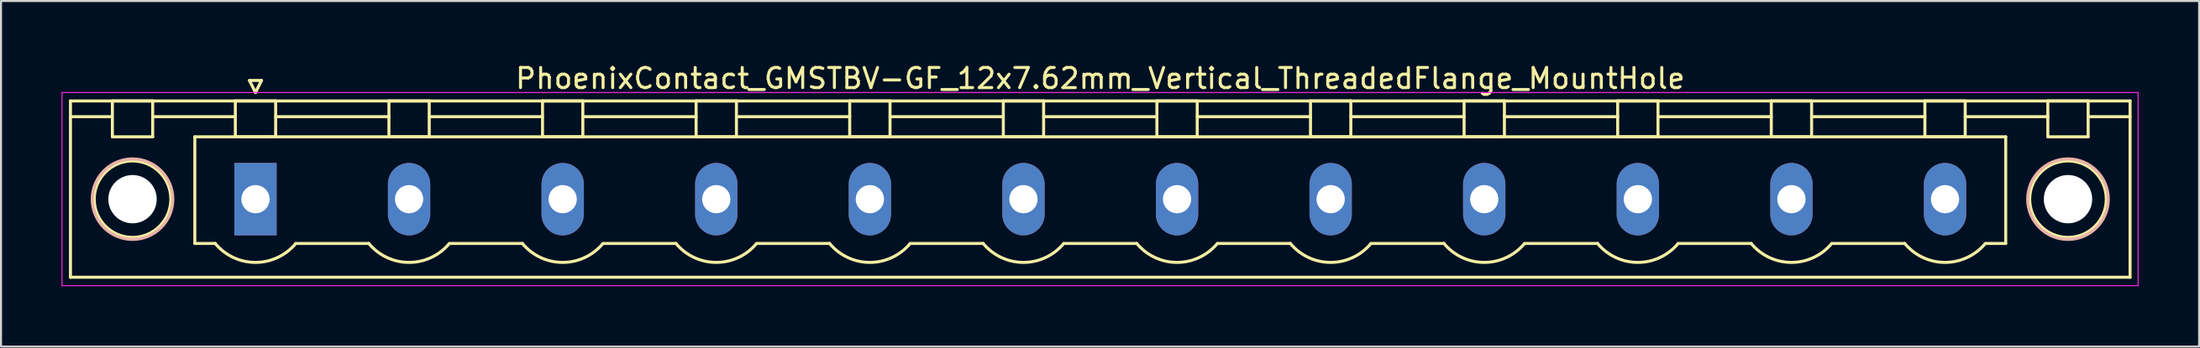
<source format=kicad_pcb>
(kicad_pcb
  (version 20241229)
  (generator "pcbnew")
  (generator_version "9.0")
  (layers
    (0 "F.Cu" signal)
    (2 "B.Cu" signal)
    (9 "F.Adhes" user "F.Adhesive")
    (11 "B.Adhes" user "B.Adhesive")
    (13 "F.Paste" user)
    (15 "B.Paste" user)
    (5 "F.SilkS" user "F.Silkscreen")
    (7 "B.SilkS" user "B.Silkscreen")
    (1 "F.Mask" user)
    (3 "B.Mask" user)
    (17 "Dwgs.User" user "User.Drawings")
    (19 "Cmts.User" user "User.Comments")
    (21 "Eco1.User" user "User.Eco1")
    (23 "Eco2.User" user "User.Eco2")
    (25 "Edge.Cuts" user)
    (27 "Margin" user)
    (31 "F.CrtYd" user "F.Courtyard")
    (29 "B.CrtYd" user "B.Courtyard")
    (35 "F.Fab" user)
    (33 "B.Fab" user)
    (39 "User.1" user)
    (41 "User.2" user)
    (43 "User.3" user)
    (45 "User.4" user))
  (footprint "PhoenixContact_GMSTBV-GF_12x7.62mm_Vertical_ThreadedFlange_MountHole"
    (layer "F.Cu")
    (at 9.625 6.848)
    (property "Reference" "PhoenixContact_GMSTBV-GF_12x7.62mm_Vertical_ThreadedFlange_MountHole" (at 41.91 -6 0) (layer "F.SilkS") (effects (font (size 1 1) (thickness 0.15))))
    (attr through_hole)
    (fp_line (start -9.18 -4.88) (end -9.18 3.88) (stroke (width 0.15) (type solid)) (layer "F.SilkS"))
    (fp_line (start -9.18 -4.1) (end -7.18 -4.1) (stroke (width 0.15) (type solid)) (layer "F.SilkS"))
    (fp_line (start -9.18 3.88) (end 93 3.88) (stroke (width 0.15) (type solid)) (layer "F.SilkS"))
    (fp_line (start -7.1 -4.88) (end -5.1 -4.88) (stroke (width 0.15) (type solid)) (layer "F.SilkS"))
    (fp_line (start -7.1 -3.1) (end -7.1 -4.88) (stroke (width 0.15) (type solid)) (layer "F.SilkS"))
    (fp_line (start -5.1 -4.88) (end -5.1 -3.1) (stroke (width 0.15) (type solid)) (layer "F.SilkS"))
    (fp_line (start -5.1 -4.1) (end -1 -4.1) (stroke (width 0.15) (type solid)) (layer "F.SilkS"))
    (fp_line (start -5.1 -3.1) (end -7.1 -3.1) (stroke (width 0.15) (type solid)) (layer "F.SilkS"))
    (fp_line (start -3.01 -3.1) (end 86.83 -3.1) (stroke (width 0.15) (type solid)) (layer "F.SilkS"))
    (fp_line (start -3.01 2.2) (end -3.01 -3.1) (stroke (width 0.15) (type solid)) (layer "F.SilkS"))
    (fp_line (start -2 2.2) (end -3.01 2.2) (stroke (width 0.15) (type solid)) (layer "F.SilkS"))
    (fp_line (start -1 -4.88) (end 1 -4.88) (stroke (width 0.15) (type solid)) (layer "F.SilkS"))
    (fp_line (start -1 -3.1) (end -1 -4.88) (stroke (width 0.15) (type solid)) (layer "F.SilkS"))
    (fp_line (start -0.3 -5.9) (end 0 -5.3) (stroke (width 0.15) (type solid)) (layer "F.SilkS"))
    (fp_line (start 0 -5.3) (end 0.3 -5.9) (stroke (width 0.15) (type solid)) (layer "F.SilkS"))
    (fp_line (start 0.3 -5.9) (end -0.3 -5.9) (stroke (width 0.15) (type solid)) (layer "F.SilkS"))
    (fp_line (start 1 -4.88) (end 1 -3.1) (stroke (width 0.15) (type solid)) (layer "F.SilkS"))
    (fp_line (start 1 -4.1) (end 6.62 -4.1) (stroke (width 0.15) (type solid)) (layer "F.SilkS"))
    (fp_line (start 1 -3.1) (end -1 -3.1) (stroke (width 0.15) (type solid)) (layer "F.SilkS"))
    (fp_line (start 2 2.2) (end 5.62 2.2) (stroke (width 0.15) (type solid)) (layer "F.SilkS"))
    (fp_line (start 6.62 -4.88) (end 8.62 -4.88) (stroke (width 0.15) (type solid)) (layer "F.SilkS"))
    (fp_line (start 6.62 -3.1) (end 6.62 -4.88) (stroke (width 0.15) (type solid)) (layer "F.SilkS"))
    (fp_line (start 8.62 -4.88) (end 8.62 -3.1) (stroke (width 0.15) (type solid)) (layer "F.SilkS"))
    (fp_line (start 8.62 -4.1) (end 14.24 -4.1) (stroke (width 0.15) (type solid)) (layer "F.SilkS"))
    (fp_line (start 8.62 -3.1) (end 6.62 -3.1) (stroke (width 0.15) (type solid)) (layer "F.SilkS"))
    (fp_line (start 9.62 2.2) (end 13.24 2.2) (stroke (width 0.15) (type solid)) (layer "F.SilkS"))
    (fp_line (start 14.24 -4.88) (end 16.24 -4.88) (stroke (width 0.15) (type solid)) (layer "F.SilkS"))
    (fp_line (start 14.24 -3.1) (end 14.24 -4.88) (stroke (width 0.15) (type solid)) (layer "F.SilkS"))
    (fp_line (start 16.24 -4.88) (end 16.24 -3.1) (stroke (width 0.15) (type solid)) (layer "F.SilkS"))
    (fp_line (start 16.24 -4.1) (end 21.86 -4.1) (stroke (width 0.15) (type solid)) (layer "F.SilkS"))
    (fp_line (start 16.24 -3.1) (end 14.24 -3.1) (stroke (width 0.15) (type solid)) (layer "F.SilkS"))
    (fp_line (start 17.24 2.2) (end 20.86 2.2) (stroke (width 0.15) (type solid)) (layer "F.SilkS"))
    (fp_line (start 21.86 -4.88) (end 23.86 -4.88) (stroke (width 0.15) (type solid)) (layer "F.SilkS"))
    (fp_line (start 21.86 -3.1) (end 21.86 -4.88) (stroke (width 0.15) (type solid)) (layer "F.SilkS"))
    (fp_line (start 23.86 -4.88) (end 23.86 -3.1) (stroke (width 0.15) (type solid)) (layer "F.SilkS"))
    (fp_line (start 23.86 -4.1) (end 29.48 -4.1) (stroke (width 0.15) (type solid)) (layer "F.SilkS"))
    (fp_line (start 23.86 -3.1) (end 21.86 -3.1) (stroke (width 0.15) (type solid)) (layer "F.SilkS"))
    (fp_line (start 24.86 2.2) (end 28.48 2.2) (stroke (width 0.15) (type solid)) (layer "F.SilkS"))
    (fp_line (start 29.48 -4.88) (end 31.48 -4.88) (stroke (width 0.15) (type solid)) (layer "F.SilkS"))
    (fp_line (start 29.48 -3.1) (end 29.48 -4.88) (stroke (width 0.15) (type solid)) (layer "F.SilkS"))
    (fp_line (start 31.48 -4.88) (end 31.48 -3.1) (stroke (width 0.15) (type solid)) (layer "F.SilkS"))
    (fp_line (start 31.48 -4.1) (end 37.1 -4.1) (stroke (width 0.15) (type solid)) (layer "F.SilkS"))
    (fp_line (start 31.48 -3.1) (end 29.48 -3.1) (stroke (width 0.15) (type solid)) (layer "F.SilkS"))
    (fp_line (start 32.48 2.2) (end 36.1 2.2) (stroke (width 0.15) (type solid)) (layer "F.SilkS"))
    (fp_line (start 37.1 -4.88) (end 39.1 -4.88) (stroke (width 0.15) (type solid)) (layer "F.SilkS"))
    (fp_line (start 37.1 -3.1) (end 37.1 -4.88) (stroke (width 0.15) (type solid)) (layer "F.SilkS"))
    (fp_line (start 39.1 -4.88) (end 39.1 -3.1) (stroke (width 0.15) (type solid)) (layer "F.SilkS"))
    (fp_line (start 39.1 -4.1) (end 44.72 -4.1) (stroke (width 0.15) (type solid)) (layer "F.SilkS"))
    (fp_line (start 39.1 -3.1) (end 37.1 -3.1) (stroke (width 0.15) (type solid)) (layer "F.SilkS"))
    (fp_line (start 40.1 2.2) (end 43.72 2.2) (stroke (width 0.15) (type solid)) (layer "F.SilkS"))
    (fp_line (start 44.72 -4.88) (end 46.72 -4.88) (stroke (width 0.15) (type solid)) (layer "F.SilkS"))
    (fp_line (start 44.72 -3.1) (end 44.72 -4.88) (stroke (width 0.15) (type solid)) (layer "F.SilkS"))
    (fp_line (start 46.72 -4.88) (end 46.72 -3.1) (stroke (width 0.15) (type solid)) (layer "F.SilkS"))
    (fp_line (start 46.72 -4.1) (end 52.34 -4.1) (stroke (width 0.15) (type solid)) (layer "F.SilkS"))
    (fp_line (start 46.72 -3.1) (end 44.72 -3.1) (stroke (width 0.15) (type solid)) (layer "F.SilkS"))
    (fp_line (start 47.72 2.2) (end 51.34 2.2) (stroke (width 0.15) (type solid)) (layer "F.SilkS"))
    (fp_line (start 52.34 -4.88) (end 54.34 -4.88) (stroke (width 0.15) (type solid)) (layer "F.SilkS"))
    (fp_line (start 52.34 -3.1) (end 52.34 -4.88) (stroke (width 0.15) (type solid)) (layer "F.SilkS"))
    (fp_line (start 54.34 -4.88) (end 54.34 -3.1) (stroke (width 0.15) (type solid)) (layer "F.SilkS"))
    (fp_line (start 54.34 -4.1) (end 59.96 -4.1) (stroke (width 0.15) (type solid)) (layer "F.SilkS"))
    (fp_line (start 54.34 -3.1) (end 52.34 -3.1) (stroke (width 0.15) (type solid)) (layer "F.SilkS"))
    (fp_line (start 55.34 2.2) (end 58.96 2.2) (stroke (width 0.15) (type solid)) (layer "F.SilkS"))
    (fp_line (start 59.96 -4.88) (end 61.96 -4.88) (stroke (width 0.15) (type solid)) (layer "F.SilkS"))
    (fp_line (start 59.96 -3.1) (end 59.96 -4.88) (stroke (width 0.15) (type solid)) (layer "F.SilkS"))
    (fp_line (start 61.96 -4.88) (end 61.96 -3.1) (stroke (width 0.15) (type solid)) (layer "F.SilkS"))
    (fp_line (start 61.96 -4.1) (end 67.58 -4.1) (stroke (width 0.15) (type solid)) (layer "F.SilkS"))
    (fp_line (start 61.96 -3.1) (end 59.96 -3.1) (stroke (width 0.15) (type solid)) (layer "F.SilkS"))
    (fp_line (start 62.96 2.2) (end 66.58 2.2) (stroke (width 0.15) (type solid)) (layer "F.SilkS"))
    (fp_line (start 67.58 -4.88) (end 69.58 -4.88) (stroke (width 0.15) (type solid)) (layer "F.SilkS"))
    (fp_line (start 67.58 -3.1) (end 67.58 -4.88) (stroke (width 0.15) (type solid)) (layer "F.SilkS"))
    (fp_line (start 69.58 -4.88) (end 69.58 -3.1) (stroke (width 0.15) (type solid)) (layer "F.SilkS"))
    (fp_line (start 69.58 -4.1) (end 75.2 -4.1) (stroke (width 0.15) (type solid)) (layer "F.SilkS"))
    (fp_line (start 69.58 -3.1) (end 67.58 -3.1) (stroke (width 0.15) (type solid)) (layer "F.SilkS"))
    (fp_line (start 70.58 2.2) (end 74.2 2.2) (stroke (width 0.15) (type solid)) (layer "F.SilkS"))
    (fp_line (start 75.2 -4.88) (end 77.2 -4.88) (stroke (width 0.15) (type solid)) (layer "F.SilkS"))
    (fp_line (start 75.2 -3.1) (end 75.2 -4.88) (stroke (width 0.15) (type solid)) (layer "F.SilkS"))
    (fp_line (start 77.2 -4.88) (end 77.2 -3.1) (stroke (width 0.15) (type solid)) (layer "F.SilkS"))
    (fp_line (start 77.2 -4.1) (end 82.82 -4.1) (stroke (width 0.15) (type solid)) (layer "F.SilkS"))
    (fp_line (start 77.2 -3.1) (end 75.2 -3.1) (stroke (width 0.15) (type solid)) (layer "F.SilkS"))
    (fp_line (start 78.2 2.2) (end 81.82 2.2) (stroke (width 0.15) (type solid)) (layer "F.SilkS"))
    (fp_line (start 82.82 -4.88) (end 84.82 -4.88) (stroke (width 0.15) (type solid)) (layer "F.SilkS"))
    (fp_line (start 82.82 -3.1) (end 82.82 -4.88) (stroke (width 0.15) (type solid)) (layer "F.SilkS"))
    (fp_line (start 84.82 -4.88) (end 84.82 -3.1) (stroke (width 0.15) (type solid)) (layer "F.SilkS"))
    (fp_line (start 84.82 -4.1) (end 88.92 -4.1) (stroke (width 0.15) (type solid)) (layer "F.SilkS"))
    (fp_line (start 84.82 -3.1) (end 82.82 -3.1) (stroke (width 0.15) (type solid)) (layer "F.SilkS"))
    (fp_line (start 86.83 -3.1) (end 86.83 2.2) (stroke (width 0.15) (type solid)) (layer "F.SilkS"))
    (fp_line (start 86.83 2.2) (end 85.82 2.2) (stroke (width 0.15) (type solid)) (layer "F.SilkS"))
    (fp_line (start 88.92 -4.88) (end 90.92 -4.88) (stroke (width 0.15) (type solid)) (layer "F.SilkS"))
    (fp_line (start 88.92 -3.1) (end 88.92 -4.88) (stroke (width 0.15) (type solid)) (layer "F.SilkS"))
    (fp_line (start 90.92 -4.88) (end 90.92 -3.1) (stroke (width 0.15) (type solid)) (layer "F.SilkS"))
    (fp_line (start 90.92 -3.1) (end 88.92 -3.1) (stroke (width 0.15) (type solid)) (layer "F.SilkS"))
    (fp_line (start 93 -4.88) (end -9.18 -4.88) (stroke (width 0.15) (type solid)) (layer "F.SilkS"))
    (fp_line (start 93 -4.1) (end 91 -4.1) (stroke (width 0.15) (type solid)) (layer "F.SilkS"))
    (fp_line (start 93 3.88) (end 93 -4.88) (stroke (width 0.15) (type solid)) (layer "F.SilkS"))
    (fp_arc (start 1.986842 2.215821) (mid -0.010289 3.142758) (end -2 2.2) (stroke (width 0.15) (type solid)) (layer "F.SilkS"))
    (fp_arc (start 9.606842 2.215821) (mid 7.609711 3.142758) (end 5.62 2.2) (stroke (width 0.15) (type solid)) (layer "F.SilkS"))
    (fp_arc (start 17.226842 2.215821) (mid 15.229711 3.142758) (end 13.24 2.2) (stroke (width 0.15) (type solid)) (layer "F.SilkS"))
    (fp_arc (start 24.846842 2.215821) (mid 22.849711 3.142758) (end 20.86 2.2) (stroke (width 0.15) (type solid)) (layer "F.SilkS"))
    (fp_arc (start 32.466842 2.215821) (mid 30.469711 3.142758) (end 28.48 2.2) (stroke (width 0.15) (type solid)) (layer "F.SilkS"))
    (fp_arc (start 40.086842 2.215821) (mid 38.089711 3.142758) (end 36.1 2.2) (stroke (width 0.15) (type solid)) (layer "F.SilkS"))
    (fp_arc (start 47.706842 2.215821) (mid 45.709711 3.142758) (end 43.72 2.2) (stroke (width 0.15) (type solid)) (layer "F.SilkS"))
    (fp_arc (start 55.326842 2.215821) (mid 53.329711 3.142758) (end 51.34 2.2) (stroke (width 0.15) (type solid)) (layer "F.SilkS"))
    (fp_arc (start 62.946842 2.215821) (mid 60.949711 3.142758) (end 58.96 2.2) (stroke (width 0.15) (type solid)) (layer "F.SilkS"))
    (fp_arc (start 70.566842 2.215821) (mid 68.569711 3.142758) (end 66.58 2.2) (stroke (width 0.15) (type solid)) (layer "F.SilkS"))
    (fp_arc (start 78.186842 2.215821) (mid 76.189711 3.142758) (end 74.2 2.2) (stroke (width 0.15) (type solid)) (layer "F.SilkS"))
    (fp_arc (start 85.806842 2.215821) (mid 83.809711 3.142758) (end 81.82 2.2) (stroke (width 0.15) (type solid)) (layer "F.SilkS"))
    (fp_circle (center -6.1 0) (end -5.1 0) (stroke (width 0.15) (type solid)) (fill no) (layer "F.SilkS"))
    (fp_circle (center -6.1 0) (end -4.2 0) (stroke (width 0.15) (type solid)) (fill no) (layer "F.SilkS"))
    (fp_circle (center 89.92 0) (end 90.92 0) (stroke (width 0.15) (type solid)) (fill no) (layer "F.SilkS"))
    (fp_circle (center 89.92 0) (end 91.82 0) (stroke (width 0.15) (type solid)) (fill no) (layer "F.SilkS"))
    (fp_circle (center -6.1 0) (end -4.1 0) (stroke (width 0.15) (type solid)) (fill no) (layer "B.SilkS"))
    (fp_circle (center 89.92 0) (end 91.92 0) (stroke (width 0.15) (type solid)) (fill no) (layer "B.SilkS"))
    (fp_line (start -9.6 -5.3) (end -9.6 4.3) (stroke (width 0.05) (type solid)) (layer "F.CrtYd"))
    (fp_line (start -9.6 4.3) (end 93.4 4.3) (stroke (width 0.05) (type solid)) (layer "F.CrtYd"))
    (fp_line (start 93.4 -5.3) (end -9.6 -5.3) (stroke (width 0.05) (type solid)) (layer "F.CrtYd"))
    (fp_line (start 93.4 4.3) (end 93.4 -5.3) (stroke (width 0.05) (type solid)) (layer "F.CrtYd"))
    (pad "" np_thru_hole circle (at -6.1 0) (size 2.4 2.4) (drill 2.4) (layers "*.Cu" "*.Mask"))
    (pad "" np_thru_hole circle (at 89.92 0) (size 2.4 2.4) (drill 2.4) (layers "*.Cu" "*.Mask"))
    (pad "1" thru_hole rect (at 0 0) (size 2.1 3.6) (drill 1.4) (layers "*.Cu" "*.Mask"))
    (pad "2" thru_hole oval (at 7.62 0) (size 2.1 3.6) (drill 1.4) (layers "*.Cu" "*.Mask"))
    (pad "3" thru_hole oval (at 15.24 0) (size 2.1 3.6) (drill 1.4) (layers "*.Cu" "*.Mask"))
    (pad "4" thru_hole oval (at 22.86 0) (size 2.1 3.6) (drill 1.4) (layers "*.Cu" "*.Mask"))
    (pad "5" thru_hole oval (at 30.48 0) (size 2.1 3.6) (drill 1.4) (layers "*.Cu" "*.Mask"))
    (pad "6" thru_hole oval (at 38.1 0) (size 2.1 3.6) (drill 1.4) (layers "*.Cu" "*.Mask"))
    (pad "7" thru_hole oval (at 45.72 0) (size 2.1 3.6) (drill 1.4) (layers "*.Cu" "*.Mask"))
    (pad "8" thru_hole oval (at 53.34 0) (size 2.1 3.6) (drill 1.4) (layers "*.Cu" "*.Mask"))
    (pad "9" thru_hole oval (at 60.96 0) (size 2.1 3.6) (drill 1.4) (layers "*.Cu" "*.Mask"))
    (pad "10" thru_hole oval (at 68.58 0) (size 2.1 3.6) (drill 1.4) (layers "*.Cu" "*.Mask"))
    (pad "11" thru_hole oval (at 76.2 0) (size 2.1 3.6) (drill 1.4) (layers "*.Cu" "*.Mask"))
    (pad "12" thru_hole oval (at 83.82 0) (size 2.1 3.6) (drill 1.4) (layers "*.Cu" "*.Mask")))
  (gr_rect
    (start -3 -3)
    (end 106.05 14.173)
    (stroke (width 0.1) (type default))
    (fill no)
    (layer "Edge.Cuts")))
</source>
